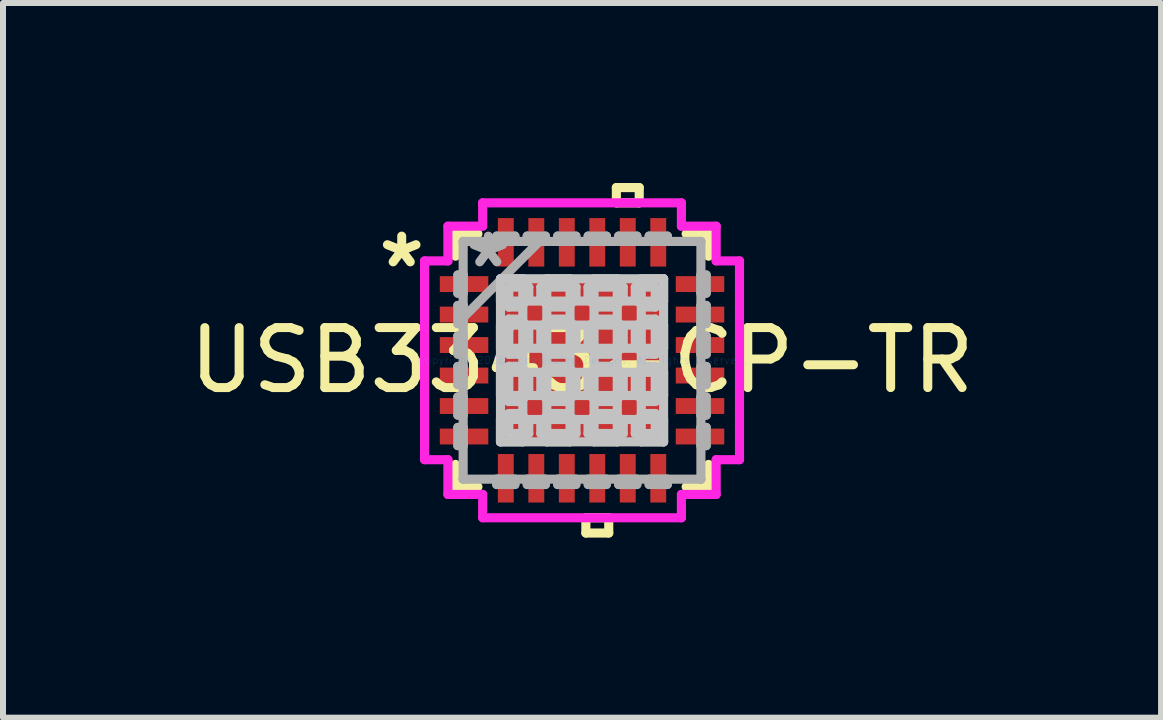
<source format=kicad_pcb>
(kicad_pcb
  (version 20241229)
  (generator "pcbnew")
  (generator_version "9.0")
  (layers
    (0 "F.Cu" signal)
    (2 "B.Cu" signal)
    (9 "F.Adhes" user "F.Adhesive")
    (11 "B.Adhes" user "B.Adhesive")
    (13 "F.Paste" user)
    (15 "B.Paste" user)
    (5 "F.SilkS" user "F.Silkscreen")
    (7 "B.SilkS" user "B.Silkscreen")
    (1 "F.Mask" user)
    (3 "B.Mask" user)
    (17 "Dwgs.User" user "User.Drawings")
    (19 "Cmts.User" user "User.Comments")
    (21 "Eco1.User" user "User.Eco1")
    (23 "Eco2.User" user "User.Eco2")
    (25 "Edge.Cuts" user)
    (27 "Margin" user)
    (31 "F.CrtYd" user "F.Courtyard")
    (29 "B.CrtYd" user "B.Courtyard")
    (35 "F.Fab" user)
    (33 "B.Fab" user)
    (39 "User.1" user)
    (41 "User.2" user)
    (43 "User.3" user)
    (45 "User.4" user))
  (footprint "USB3343-CP-TR"
    (layer "F.Cu")
    (at 6.649 2.954)
    (property "Reference" "USB3343-CP-TR" (at 0 0 0) (layer "F.SilkS") (effects (font (size 1 1) (thickness 0.15))))
    (attr through_hole)
    (fp_line (start -2.108 -2.108) (end -2.108 -1.735) (stroke (width 0.152) (type solid)) (layer "F.SilkS"))
    (fp_line (start -2.108 1.735) (end -2.108 2.108) (stroke (width 0.152) (type solid)) (layer "F.SilkS"))
    (fp_line (start -2.108 2.108) (end -1.735 2.108) (stroke (width 0.152) (type solid)) (layer "F.SilkS"))
    (fp_line (start -1.735 -2.108) (end -2.108 -2.108) (stroke (width 0.152) (type solid)) (layer "F.SilkS"))
    (fp_line (start 0.064 2.624) (end 0.064 2.878) (stroke (width 0.152) (type solid)) (layer "F.SilkS"))
    (fp_line (start 0.064 2.878) (end 0.445 2.878) (stroke (width 0.152) (type solid)) (layer "F.SilkS"))
    (fp_line (start 0.445 2.624) (end 0.064 2.624) (stroke (width 0.152) (type solid)) (layer "F.SilkS"))
    (fp_line (start 0.445 2.878) (end 0.445 2.624) (stroke (width 0.152) (type solid)) (layer "F.SilkS"))
    (fp_line (start 0.572 -2.878) (end 0.953 -2.878) (stroke (width 0.152) (type solid)) (layer "F.SilkS"))
    (fp_line (start 0.572 -2.624) (end 0.572 -2.878) (stroke (width 0.152) (type solid)) (layer "F.SilkS"))
    (fp_line (start 0.953 -2.878) (end 0.953 -2.624) (stroke (width 0.152) (type solid)) (layer "F.SilkS"))
    (fp_line (start 0.953 -2.624) (end 0.572 -2.624) (stroke (width 0.152) (type solid)) (layer "F.SilkS"))
    (fp_line (start 1.735 2.108) (end 2.108 2.108) (stroke (width 0.152) (type solid)) (layer "F.SilkS"))
    (fp_line (start 2.108 -2.108) (end 1.735 -2.108) (stroke (width 0.152) (type solid)) (layer "F.SilkS"))
    (fp_line (start 2.108 -1.735) (end 2.108 -2.108) (stroke (width 0.152) (type solid)) (layer "F.SilkS"))
    (fp_line (start 2.108 2.108) (end 2.108 1.735) (stroke (width 0.152) (type solid)) (layer "F.SilkS"))
    (fp_line (start -1.359 -1.359) (end -0.987 -1.359) (stroke (width 0.152) (type solid)) (layer "Dwgs.User"))
    (fp_line (start -1.359 -1.359) (end 1.359 -1.359) (stroke (width 0.152) (type solid)) (layer "Dwgs.User"))
    (fp_line (start -1.359 -0.987) (end -1.359 -1.359) (stroke (width 0.152) (type solid)) (layer "Dwgs.User"))
    (fp_line (start -1.359 -0.587) (end 1.359 -0.587) (stroke (width 0.152) (type solid)) (layer "Dwgs.User"))
    (fp_line (start -1.359 -0.2) (end -1.359 -0.587) (stroke (width 0.152) (type solid)) (layer "Dwgs.User"))
    (fp_line (start -1.359 0.2) (end 1.359 0.2) (stroke (width 0.152) (type solid)) (layer "Dwgs.User"))
    (fp_line (start -1.359 0.587) (end -1.359 0.2) (stroke (width 0.152) (type solid)) (layer "Dwgs.User"))
    (fp_line (start -1.359 0.987) (end 1.359 0.987) (stroke (width 0.152) (type solid)) (layer "Dwgs.User"))
    (fp_line (start -1.359 1.359) (end -1.359 -1.359) (stroke (width 0.152) (type solid)) (layer "Dwgs.User"))
    (fp_line (start -1.359 1.359) (end -1.359 0.987) (stroke (width 0.152) (type solid)) (layer "Dwgs.User"))
    (fp_line (start -1.22 -1.22) (end -1.22 -0.887) (stroke (width 0.152) (type solid)) (layer "Dwgs.User"))
    (fp_line (start -1.22 -0.887) (end -1.029 -0.887) (stroke (width 0.152) (type solid)) (layer "Dwgs.User"))
    (fp_line (start -1.22 -0.687) (end -1.22 -0.1) (stroke (width 0.152) (type solid)) (layer "Dwgs.User"))
    (fp_line (start -1.22 -0.1) (end -1.029 -0.1) (stroke (width 0.152) (type solid)) (layer "Dwgs.User"))
    (fp_line (start -1.22 0.1) (end -1.22 0.687) (stroke (width 0.152) (type solid)) (layer "Dwgs.User"))
    (fp_line (start -1.22 0.687) (end -1.029 0.687) (stroke (width 0.152) (type solid)) (layer "Dwgs.User"))
    (fp_line (start -1.22 0.887) (end -1.22 1.22) (stroke (width 0.152) (type solid)) (layer "Dwgs.User"))
    (fp_line (start -1.22 1.22) (end -0.887 1.22) (stroke (width 0.152) (type solid)) (layer "Dwgs.User"))
    (fp_line (start -1.029 -0.887) (end -1.029 -0.887) (stroke (width 0.152) (type solid)) (layer "Dwgs.User"))
    (fp_line (start -1.029 -0.887) (end -0.887 -1.029) (stroke (width 0.152) (type solid)) (layer "Dwgs.User"))
    (fp_line (start -1.029 -0.687) (end -1.22 -0.687) (stroke (width 0.152) (type solid)) (layer "Dwgs.User"))
    (fp_line (start -1.029 -0.687) (end -1.029 -0.687) (stroke (width 0.152) (type solid)) (layer "Dwgs.User"))
    (fp_line (start -1.029 -0.1) (end -1.029 -0.1) (stroke (width 0.152) (type solid)) (layer "Dwgs.User"))
    (fp_line (start -1.029 -0.1) (end -0.887 -0.241) (stroke (width 0.152) (type solid)) (layer "Dwgs.User"))
    (fp_line (start -1.029 0.1) (end -1.22 0.1) (stroke (width 0.152) (type solid)) (layer "Dwgs.User"))
    (fp_line (start -1.029 0.1) (end -1.029 0.1) (stroke (width 0.152) (type solid)) (layer "Dwgs.User"))
    (fp_line (start -1.029 0.687) (end -1.029 0.687) (stroke (width 0.152) (type solid)) (layer "Dwgs.User"))
    (fp_line (start -1.029 0.687) (end -0.887 0.546) (stroke (width 0.152) (type solid)) (layer "Dwgs.User"))
    (fp_line (start -1.029 0.887) (end -1.22 0.887) (stroke (width 0.152) (type solid)) (layer "Dwgs.User"))
    (fp_line (start -1.029 0.887) (end -1.029 0.887) (stroke (width 0.152) (type solid)) (layer "Dwgs.User"))
    (fp_line (start -0.987 -1.359) (end -0.987 1.359) (stroke (width 0.152) (type solid)) (layer "Dwgs.User"))
    (fp_line (start -0.987 1.359) (end -1.359 1.359) (stroke (width 0.152) (type solid)) (layer "Dwgs.User"))
    (fp_line (start -0.887 -1.22) (end -1.22 -1.22) (stroke (width 0.152) (type solid)) (layer "Dwgs.User"))
    (fp_line (start -0.887 -1.029) (end -0.887 -1.22) (stroke (width 0.152) (type solid)) (layer "Dwgs.User"))
    (fp_line (start -0.887 -1.029) (end -0.887 -1.029) (stroke (width 0.152) (type solid)) (layer "Dwgs.User"))
    (fp_line (start -0.887 -0.546) (end -1.029 -0.687) (stroke (width 0.152) (type solid)) (layer "Dwgs.User"))
    (fp_line (start -0.887 -0.546) (end -0.887 -0.546) (stroke (width 0.152) (type solid)) (layer "Dwgs.User"))
    (fp_line (start -0.887 -0.241) (end -0.887 -0.546) (stroke (width 0.152) (type solid)) (layer "Dwgs.User"))
    (fp_line (start -0.887 -0.241) (end -0.887 -0.241) (stroke (width 0.152) (type solid)) (layer "Dwgs.User"))
    (fp_line (start -0.887 0.241) (end -1.029 0.1) (stroke (width 0.152) (type solid)) (layer "Dwgs.User"))
    (fp_line (start -0.887 0.241) (end -0.887 0.241) (stroke (width 0.152) (type solid)) (layer "Dwgs.User"))
    (fp_line (start -0.887 0.546) (end -0.887 0.241) (stroke (width 0.152) (type solid)) (layer "Dwgs.User"))
    (fp_line (start -0.887 0.546) (end -0.887 0.546) (stroke (width 0.152) (type solid)) (layer "Dwgs.User"))
    (fp_line (start -0.887 1.029) (end -1.029 0.887) (stroke (width 0.152) (type solid)) (layer "Dwgs.User"))
    (fp_line (start -0.887 1.029) (end -0.887 1.029) (stroke (width 0.152) (type solid)) (layer "Dwgs.User"))
    (fp_line (start -0.887 1.22) (end -0.887 1.029) (stroke (width 0.152) (type solid)) (layer "Dwgs.User"))
    (fp_line (start -0.687 -1.22) (end -0.687 -1.029) (stroke (width 0.152) (type solid)) (layer "Dwgs.User"))
    (fp_line (start -0.687 -1.029) (end -0.687 -1.029) (stroke (width 0.152) (type solid)) (layer "Dwgs.User"))
    (fp_line (start -0.687 -1.029) (end -0.546 -0.887) (stroke (width 0.152) (type solid)) (layer "Dwgs.User"))
    (fp_line (start -0.687 -0.546) (end -0.687 -0.546) (stroke (width 0.152) (type solid)) (layer "Dwgs.User"))
    (fp_line (start -0.687 -0.546) (end -0.687 -0.241) (stroke (width 0.152) (type solid)) (layer "Dwgs.User"))
    (fp_line (start -0.687 -0.241) (end -0.687 -0.241) (stroke (width 0.152) (type solid)) (layer "Dwgs.User"))
    (fp_line (start -0.687 -0.241) (end -0.546 -0.1) (stroke (width 0.152) (type solid)) (layer "Dwgs.User"))
    (fp_line (start -0.687 0.241) (end -0.687 0.241) (stroke (width 0.152) (type solid)) (layer "Dwgs.User"))
    (fp_line (start -0.687 0.241) (end -0.687 0.546) (stroke (width 0.152) (type solid)) (layer "Dwgs.User"))
    (fp_line (start -0.687 0.546) (end -0.687 0.546) (stroke (width 0.152) (type solid)) (layer "Dwgs.User"))
    (fp_line (start -0.687 0.546) (end -0.546 0.687) (stroke (width 0.152) (type solid)) (layer "Dwgs.User"))
    (fp_line (start -0.687 1.029) (end -0.687 1.029) (stroke (width 0.152) (type solid)) (layer "Dwgs.User"))
    (fp_line (start -0.687 1.029) (end -0.687 1.22) (stroke (width 0.152) (type solid)) (layer "Dwgs.User"))
    (fp_line (start -0.687 1.22) (end -0.1 1.22) (stroke (width 0.152) (type solid)) (layer "Dwgs.User"))
    (fp_line (start -0.587 -1.359) (end -0.587 1.359) (stroke (width 0.152) (type solid)) (layer "Dwgs.User"))
    (fp_line (start -0.587 1.359) (end -0.2 1.359) (stroke (width 0.152) (type solid)) (layer "Dwgs.User"))
    (fp_line (start -0.546 -0.887) (end -0.546 -0.887) (stroke (width 0.152) (type solid)) (layer "Dwgs.User"))
    (fp_line (start -0.546 -0.887) (end -0.241 -0.887) (stroke (width 0.152) (type solid)) (layer "Dwgs.User"))
    (fp_line (start -0.546 -0.687) (end -0.687 -0.546) (stroke (width 0.152) (type solid)) (layer "Dwgs.User"))
    (fp_line (start -0.546 -0.687) (end -0.546 -0.687) (stroke (width 0.152) (type solid)) (layer "Dwgs.User"))
    (fp_line (start -0.546 -0.1) (end -0.546 -0.1) (stroke (width 0.152) (type solid)) (layer "Dwgs.User"))
    (fp_line (start -0.546 -0.1) (end -0.241 -0.1) (stroke (width 0.152) (type solid)) (layer "Dwgs.User"))
    (fp_line (start -0.546 0.1) (end -0.687 0.241) (stroke (width 0.152) (type solid)) (layer "Dwgs.User"))
    (fp_line (start -0.546 0.1) (end -0.546 0.1) (stroke (width 0.152) (type solid)) (layer "Dwgs.User"))
    (fp_line (start -0.546 0.687) (end -0.546 0.687) (stroke (width 0.152) (type solid)) (layer "Dwgs.User"))
    (fp_line (start -0.546 0.687) (end -0.241 0.687) (stroke (width 0.152) (type solid)) (layer "Dwgs.User"))
    (fp_line (start -0.546 0.887) (end -0.687 1.029) (stroke (width 0.152) (type solid)) (layer "Dwgs.User"))
    (fp_line (start -0.546 0.887) (end -0.546 0.887) (stroke (width 0.152) (type solid)) (layer "Dwgs.User"))
    (fp_line (start -0.241 -0.887) (end -0.241 -0.887) (stroke (width 0.152) (type solid)) (layer "Dwgs.User"))
    (fp_line (start -0.241 -0.887) (end -0.1 -1.029) (stroke (width 0.152) (type solid)) (layer "Dwgs.User"))
    (fp_line (start -0.241 -0.687) (end -0.546 -0.687) (stroke (width 0.152) (type solid)) (layer "Dwgs.User"))
    (fp_line (start -0.241 -0.687) (end -0.241 -0.687) (stroke (width 0.152) (type solid)) (layer "Dwgs.User"))
    (fp_line (start -0.241 -0.1) (end -0.241 -0.1) (stroke (width 0.152) (type solid)) (layer "Dwgs.User"))
    (fp_line (start -0.241 -0.1) (end -0.1 -0.241) (stroke (width 0.152) (type solid)) (layer "Dwgs.User"))
    (fp_line (start -0.241 0.1) (end -0.546 0.1) (stroke (width 0.152) (type solid)) (layer "Dwgs.User"))
    (fp_line (start -0.241 0.1) (end -0.241 0.1) (stroke (width 0.152) (type solid)) (layer "Dwgs.User"))
    (fp_line (start -0.241 0.687) (end -0.241 0.687) (stroke (width 0.152) (type solid)) (layer "Dwgs.User"))
    (fp_line (start -0.241 0.687) (end -0.1 0.546) (stroke (width 0.152) (type solid)) (layer "Dwgs.User"))
    (fp_line (start -0.241 0.887) (end -0.546 0.887) (stroke (width 0.152) (type solid)) (layer "Dwgs.User"))
    (fp_line (start -0.241 0.887) (end -0.241 0.887) (stroke (width 0.152) (type solid)) (layer "Dwgs.User"))
    (fp_line (start -0.2 -1.359) (end -0.587 -1.359) (stroke (width 0.152) (type solid)) (layer "Dwgs.User"))
    (fp_line (start -0.2 1.359) (end -0.2 -1.359) (stroke (width 0.152) (type solid)) (layer "Dwgs.User"))
    (fp_line (start -0.1 -1.22) (end -0.687 -1.22) (stroke (width 0.152) (type solid)) (layer "Dwgs.User"))
    (fp_line (start -0.1 -1.029) (end -0.1 -1.22) (stroke (width 0.152) (type solid)) (layer "Dwgs.User"))
    (fp_line (start -0.1 -1.029) (end -0.1 -1.029) (stroke (width 0.152) (type solid)) (layer "Dwgs.User"))
    (fp_line (start -0.1 -0.546) (end -0.241 -0.687) (stroke (width 0.152) (type solid)) (layer "Dwgs.User"))
    (fp_line (start -0.1 -0.546) (end -0.1 -0.546) (stroke (width 0.152) (type solid)) (layer "Dwgs.User"))
    (fp_line (start -0.1 -0.241) (end -0.1 -0.546) (stroke (width 0.152) (type solid)) (layer "Dwgs.User"))
    (fp_line (start -0.1 -0.241) (end -0.1 -0.241) (stroke (width 0.152) (type solid)) (layer "Dwgs.User"))
    (fp_line (start -0.1 0.241) (end -0.241 0.1) (stroke (width 0.152) (type solid)) (layer "Dwgs.User"))
    (fp_line (start -0.1 0.241) (end -0.1 0.241) (stroke (width 0.152) (type solid)) (layer "Dwgs.User"))
    (fp_line (start -0.1 0.546) (end -0.1 0.241) (stroke (width 0.152) (type solid)) (layer "Dwgs.User"))
    (fp_line (start -0.1 0.546) (end -0.1 0.546) (stroke (width 0.152) (type solid)) (layer "Dwgs.User"))
    (fp_line (start -0.1 1.029) (end -0.241 0.887) (stroke (width 0.152) (type solid)) (layer "Dwgs.User"))
    (fp_line (start -0.1 1.029) (end -0.1 1.029) (stroke (width 0.152) (type solid)) (layer "Dwgs.User"))
    (fp_line (start -0.1 1.22) (end -0.1 1.029) (stroke (width 0.152) (type solid)) (layer "Dwgs.User"))
    (fp_line (start 0.1 -1.22) (end 0.1 -1.029) (stroke (width 0.152) (type solid)) (layer "Dwgs.User"))
    (fp_line (start 0.1 -1.029) (end 0.1 -1.029) (stroke (width 0.152) (type solid)) (layer "Dwgs.User"))
    (fp_line (start 0.1 -1.029) (end 0.241 -0.887) (stroke (width 0.152) (type solid)) (layer "Dwgs.User"))
    (fp_line (start 0.1 -0.546) (end 0.1 -0.546) (stroke (width 0.152) (type solid)) (layer "Dwgs.User"))
    (fp_line (start 0.1 -0.546) (end 0.1 -0.241) (stroke (width 0.152) (type solid)) (layer "Dwgs.User"))
    (fp_line (start 0.1 -0.241) (end 0.1 -0.241) (stroke (width 0.152) (type solid)) (layer "Dwgs.User"))
    (fp_line (start 0.1 -0.241) (end 0.241 -0.1) (stroke (width 0.152) (type solid)) (layer "Dwgs.User"))
    (fp_line (start 0.1 0.241) (end 0.1 0.241) (stroke (width 0.152) (type solid)) (layer "Dwgs.User"))
    (fp_line (start 0.1 0.241) (end 0.1 0.546) (stroke (width 0.152) (type solid)) (layer "Dwgs.User"))
    (fp_line (start 0.1 0.546) (end 0.1 0.546) (stroke (width 0.152) (type solid)) (layer "Dwgs.User"))
    (fp_line (start 0.1 0.546) (end 0.241 0.687) (stroke (width 0.152) (type solid)) (layer "Dwgs.User"))
    (fp_line (start 0.1 1.029) (end 0.1 1.029) (stroke (width 0.152) (type solid)) (layer "Dwgs.User"))
    (fp_line (start 0.1 1.029) (end 0.1 1.22) (stroke (width 0.152) (type solid)) (layer "Dwgs.User"))
    (fp_line (start 0.1 1.22) (end 0.687 1.22) (stroke (width 0.152) (type solid)) (layer "Dwgs.User"))
    (fp_line (start 0.2 -1.359) (end 0.2 1.359) (stroke (width 0.152) (type solid)) (layer "Dwgs.User"))
    (fp_line (start 0.2 1.359) (end 0.587 1.359) (stroke (width 0.152) (type solid)) (layer "Dwgs.User"))
    (fp_line (start 0.241 -0.887) (end 0.241 -0.887) (stroke (width 0.152) (type solid)) (layer "Dwgs.User"))
    (fp_line (start 0.241 -0.887) (end 0.546 -0.887) (stroke (width 0.152) (type solid)) (layer "Dwgs.User"))
    (fp_line (start 0.241 -0.687) (end 0.1 -0.546) (stroke (width 0.152) (type solid)) (layer "Dwgs.User"))
    (fp_line (start 0.241 -0.687) (end 0.241 -0.687) (stroke (width 0.152) (type solid)) (layer "Dwgs.User"))
    (fp_line (start 0.241 -0.1) (end 0.241 -0.1) (stroke (width 0.152) (type solid)) (layer "Dwgs.User"))
    (fp_line (start 0.241 -0.1) (end 0.546 -0.1) (stroke (width 0.152) (type solid)) (layer "Dwgs.User"))
    (fp_line (start 0.241 0.1) (end 0.1 0.241) (stroke (width 0.152) (type solid)) (layer "Dwgs.User"))
    (fp_line (start 0.241 0.1) (end 0.241 0.1) (stroke (width 0.152) (type solid)) (layer "Dwgs.User"))
    (fp_line (start 0.241 0.687) (end 0.241 0.687) (stroke (width 0.152) (type solid)) (layer "Dwgs.User"))
    (fp_line (start 0.241 0.687) (end 0.546 0.687) (stroke (width 0.152) (type solid)) (layer "Dwgs.User"))
    (fp_line (start 0.241 0.887) (end 0.1 1.029) (stroke (width 0.152) (type solid)) (layer "Dwgs.User"))
    (fp_line (start 0.241 0.887) (end 0.241 0.887) (stroke (width 0.152) (type solid)) (layer "Dwgs.User"))
    (fp_line (start 0.546 -0.887) (end 0.546 -0.887) (stroke (width 0.152) (type solid)) (layer "Dwgs.User"))
    (fp_line (start 0.546 -0.887) (end 0.687 -1.029) (stroke (width 0.152) (type solid)) (layer "Dwgs.User"))
    (fp_line (start 0.546 -0.687) (end 0.241 -0.687) (stroke (width 0.152) (type solid)) (layer "Dwgs.User"))
    (fp_line (start 0.546 -0.687) (end 0.546 -0.687) (stroke (width 0.152) (type solid)) (layer "Dwgs.User"))
    (fp_line (start 0.546 -0.1) (end 0.546 -0.1) (stroke (width 0.152) (type solid)) (layer "Dwgs.User"))
    (fp_line (start 0.546 -0.1) (end 0.687 -0.241) (stroke (width 0.152) (type solid)) (layer "Dwgs.User"))
    (fp_line (start 0.546 0.1) (end 0.241 0.1) (stroke (width 0.152) (type solid)) (layer "Dwgs.User"))
    (fp_line (start 0.546 0.1) (end 0.546 0.1) (stroke (width 0.152) (type solid)) (layer "Dwgs.User"))
    (fp_line (start 0.546 0.687) (end 0.546 0.687) (stroke (width 0.152) (type solid)) (layer "Dwgs.User"))
    (fp_line (start 0.546 0.687) (end 0.687 0.546) (stroke (width 0.152) (type solid)) (layer "Dwgs.User"))
    (fp_line (start 0.546 0.887) (end 0.241 0.887) (stroke (width 0.152) (type solid)) (layer "Dwgs.User"))
    (fp_line (start 0.546 0.887) (end 0.546 0.887) (stroke (width 0.152) (type solid)) (layer "Dwgs.User"))
    (fp_line (start 0.587 -1.359) (end 0.2 -1.359) (stroke (width 0.152) (type solid)) (layer "Dwgs.User"))
    (fp_line (start 0.587 1.359) (end 0.587 -1.359) (stroke (width 0.152) (type solid)) (layer "Dwgs.User"))
    (fp_line (start 0.687 -1.22) (end 0.1 -1.22) (stroke (width 0.152) (type solid)) (layer "Dwgs.User"))
    (fp_line (start 0.687 -1.029) (end 0.687 -1.22) (stroke (width 0.152) (type solid)) (layer "Dwgs.User"))
    (fp_line (start 0.687 -1.029) (end 0.687 -1.029) (stroke (width 0.152) (type solid)) (layer "Dwgs.User"))
    (fp_line (start 0.687 -0.546) (end 0.546 -0.687) (stroke (width 0.152) (type solid)) (layer "Dwgs.User"))
    (fp_line (start 0.687 -0.546) (end 0.687 -0.546) (stroke (width 0.152) (type solid)) (layer "Dwgs.User"))
    (fp_line (start 0.687 -0.241) (end 0.687 -0.546) (stroke (width 0.152) (type solid)) (layer "Dwgs.User"))
    (fp_line (start 0.687 -0.241) (end 0.687 -0.241) (stroke (width 0.152) (type solid)) (layer "Dwgs.User"))
    (fp_line (start 0.687 0.241) (end 0.546 0.1) (stroke (width 0.152) (type solid)) (layer "Dwgs.User"))
    (fp_line (start 0.687 0.241) (end 0.687 0.241) (stroke (width 0.152) (type solid)) (layer "Dwgs.User"))
    (fp_line (start 0.687 0.546) (end 0.687 0.241) (stroke (width 0.152) (type solid)) (layer "Dwgs.User"))
    (fp_line (start 0.687 0.546) (end 0.687 0.546) (stroke (width 0.152) (type solid)) (layer "Dwgs.User"))
    (fp_line (start 0.687 1.029) (end 0.546 0.887) (stroke (width 0.152) (type solid)) (layer "Dwgs.User"))
    (fp_line (start 0.687 1.029) (end 0.687 1.029) (stroke (width 0.152) (type solid)) (layer "Dwgs.User"))
    (fp_line (start 0.687 1.22) (end 0.687 1.029) (stroke (width 0.152) (type solid)) (layer "Dwgs.User"))
    (fp_line (start 0.887 -1.22) (end 0.887 -1.029) (stroke (width 0.152) (type solid)) (layer "Dwgs.User"))
    (fp_line (start 0.887 -1.029) (end 0.887 -1.029) (stroke (width 0.152) (type solid)) (layer "Dwgs.User"))
    (fp_line (start 0.887 -1.029) (end 1.029 -0.887) (stroke (width 0.152) (type solid)) (layer "Dwgs.User"))
    (fp_line (start 0.887 -0.546) (end 0.887 -0.546) (stroke (width 0.152) (type solid)) (layer "Dwgs.User"))
    (fp_line (start 0.887 -0.546) (end 0.887 -0.241) (stroke (width 0.152) (type solid)) (layer "Dwgs.User"))
    (fp_line (start 0.887 -0.241) (end 0.887 -0.241) (stroke (width 0.152) (type solid)) (layer "Dwgs.User"))
    (fp_line (start 0.887 -0.241) (end 1.029 -0.1) (stroke (width 0.152) (type solid)) (layer "Dwgs.User"))
    (fp_line (start 0.887 0.241) (end 0.887 0.241) (stroke (width 0.152) (type solid)) (layer "Dwgs.User"))
    (fp_line (start 0.887 0.241) (end 0.887 0.546) (stroke (width 0.152) (type solid)) (layer "Dwgs.User"))
    (fp_line (start 0.887 0.546) (end 0.887 0.546) (stroke (width 0.152) (type solid)) (layer "Dwgs.User"))
    (fp_line (start 0.887 0.546) (end 1.029 0.687) (stroke (width 0.152) (type solid)) (layer "Dwgs.User"))
    (fp_line (start 0.887 1.029) (end 0.887 1.029) (stroke (width 0.152) (type solid)) (layer "Dwgs.User"))
    (fp_line (start 0.887 1.029) (end 0.887 1.22) (stroke (width 0.152) (type solid)) (layer "Dwgs.User"))
    (fp_line (start 0.887 1.22) (end 1.22 1.22) (stroke (width 0.152) (type solid)) (layer "Dwgs.User"))
    (fp_line (start 0.987 -1.359) (end 1.359 -1.359) (stroke (width 0.152) (type solid)) (layer "Dwgs.User"))
    (fp_line (start 0.987 1.359) (end 0.987 -1.359) (stroke (width 0.152) (type solid)) (layer "Dwgs.User"))
    (fp_line (start 1.029 -0.887) (end 1.029 -0.887) (stroke (width 0.152) (type solid)) (layer "Dwgs.User"))
    (fp_line (start 1.029 -0.887) (end 1.22 -0.887) (stroke (width 0.152) (type solid)) (layer "Dwgs.User"))
    (fp_line (start 1.029 -0.687) (end 0.887 -0.546) (stroke (width 0.152) (type solid)) (layer "Dwgs.User"))
    (fp_line (start 1.029 -0.687) (end 1.029 -0.687) (stroke (width 0.152) (type solid)) (layer "Dwgs.User"))
    (fp_line (start 1.029 -0.1) (end 1.029 -0.1) (stroke (width 0.152) (type solid)) (layer "Dwgs.User"))
    (fp_line (start 1.029 -0.1) (end 1.22 -0.1) (stroke (width 0.152) (type solid)) (layer "Dwgs.User"))
    (fp_line (start 1.029 0.1) (end 0.887 0.241) (stroke (width 0.152) (type solid)) (layer "Dwgs.User"))
    (fp_line (start 1.029 0.1) (end 1.029 0.1) (stroke (width 0.152) (type solid)) (layer "Dwgs.User"))
    (fp_line (start 1.029 0.687) (end 1.029 0.687) (stroke (width 0.152) (type solid)) (layer "Dwgs.User"))
    (fp_line (start 1.029 0.687) (end 1.22 0.687) (stroke (width 0.152) (type solid)) (layer "Dwgs.User"))
    (fp_line (start 1.029 0.887) (end 0.887 1.029) (stroke (width 0.152) (type solid)) (layer "Dwgs.User"))
    (fp_line (start 1.029 0.887) (end 1.029 0.887) (stroke (width 0.152) (type solid)) (layer "Dwgs.User"))
    (fp_line (start 1.22 -1.22) (end 0.887 -1.22) (stroke (width 0.152) (type solid)) (layer "Dwgs.User"))
    (fp_line (start 1.22 -0.887) (end 1.22 -1.22) (stroke (width 0.152) (type solid)) (layer "Dwgs.User"))
    (fp_line (start 1.22 -0.687) (end 1.029 -0.687) (stroke (width 0.152) (type solid)) (layer "Dwgs.User"))
    (fp_line (start 1.22 -0.1) (end 1.22 -0.687) (stroke (width 0.152) (type solid)) (layer "Dwgs.User"))
    (fp_line (start 1.22 0.1) (end 1.029 0.1) (stroke (width 0.152) (type solid)) (layer "Dwgs.User"))
    (fp_line (start 1.22 0.687) (end 1.22 0.1) (stroke (width 0.152) (type solid)) (layer "Dwgs.User"))
    (fp_line (start 1.22 0.887) (end 1.029 0.887) (stroke (width 0.152) (type solid)) (layer "Dwgs.User"))
    (fp_line (start 1.22 1.22) (end 1.22 0.887) (stroke (width 0.152) (type solid)) (layer "Dwgs.User"))
    (fp_line (start 1.359 -1.359) (end 1.359 -0.987) (stroke (width 0.152) (type solid)) (layer "Dwgs.User"))
    (fp_line (start 1.359 -1.359) (end 1.359 1.359) (stroke (width 0.152) (type solid)) (layer "Dwgs.User"))
    (fp_line (start 1.359 -0.987) (end -1.359 -0.987) (stroke (width 0.152) (type solid)) (layer "Dwgs.User"))
    (fp_line (start 1.359 -0.587) (end 1.359 -0.2) (stroke (width 0.152) (type solid)) (layer "Dwgs.User"))
    (fp_line (start 1.359 -0.2) (end -1.359 -0.2) (stroke (width 0.152) (type solid)) (layer "Dwgs.User"))
    (fp_line (start 1.359 0.2) (end 1.359 0.587) (stroke (width 0.152) (type solid)) (layer "Dwgs.User"))
    (fp_line (start 1.359 0.587) (end -1.359 0.587) (stroke (width 0.152) (type solid)) (layer "Dwgs.User"))
    (fp_line (start 1.359 0.987) (end 1.359 1.359) (stroke (width 0.152) (type solid)) (layer "Dwgs.User"))
    (fp_line (start 1.359 1.359) (end -1.359 1.359) (stroke (width 0.152) (type solid)) (layer "Dwgs.User"))
    (fp_line (start 1.359 1.359) (end 0.987 1.359) (stroke (width 0.152) (type solid)) (layer "Dwgs.User"))
    (fp_circle (center -0.787 -0.787) (end -0.47 -0.787) (stroke (width 0.152) (type solid)) (fill no) (layer "Eco1.User"))
    (fp_circle (center -0.787 0) (end -0.47 0) (stroke (width 0.152) (type solid)) (fill no) (layer "Eco1.User"))
    (fp_circle (center -0.787 0.787) (end -0.47 0.787) (stroke (width 0.152) (type solid)) (fill no) (layer "Eco1.User"))
    (fp_circle (center 0 -0.787) (end 0.318 -0.787) (stroke (width 0.152) (type solid)) (fill no) (layer "Eco1.User"))
    (fp_circle (center 0 0) (end 0.318 0) (stroke (width 0.152) (type solid)) (fill no) (layer "Eco1.User"))
    (fp_circle (center 0 0.787) (end 0.318 0.787) (stroke (width 0.152) (type solid)) (fill no) (layer "Eco1.User"))
    (fp_circle (center 0.787 -0.787) (end 1.105 -0.787) (stroke (width 0.152) (type solid)) (fill no) (layer "Eco1.User"))
    (fp_circle (center 0.787 0) (end 1.105 0) (stroke (width 0.152) (type solid)) (fill no) (layer "Eco1.User"))
    (fp_circle (center 0.787 0.787) (end 1.105 0.787) (stroke (width 0.152) (type solid)) (fill no) (layer "Eco1.User"))
    (fp_line (start -2.624 -1.656) (end -2.235 -1.656) (stroke (width 0.152) (type solid)) (layer "F.CrtYd"))
    (fp_line (start -2.624 1.656) (end -2.624 -1.656) (stroke (width 0.152) (type solid)) (layer "F.CrtYd"))
    (fp_line (start -2.235 -2.235) (end -1.656 -2.235) (stroke (width 0.152) (type solid)) (layer "F.CrtYd"))
    (fp_line (start -2.235 -1.656) (end -2.235 -2.235) (stroke (width 0.152) (type solid)) (layer "F.CrtYd"))
    (fp_line (start -2.235 1.656) (end -2.624 1.656) (stroke (width 0.152) (type solid)) (layer "F.CrtYd"))
    (fp_line (start -2.235 2.235) (end -2.235 1.656) (stroke (width 0.152) (type solid)) (layer "F.CrtYd"))
    (fp_line (start -1.656 -2.624) (end 1.656 -2.624) (stroke (width 0.152) (type solid)) (layer "F.CrtYd"))
    (fp_line (start -1.656 -2.235) (end -1.656 -2.624) (stroke (width 0.152) (type solid)) (layer "F.CrtYd"))
    (fp_line (start -1.656 2.235) (end -2.235 2.235) (stroke (width 0.152) (type solid)) (layer "F.CrtYd"))
    (fp_line (start -1.656 2.624) (end -1.656 2.235) (stroke (width 0.152) (type solid)) (layer "F.CrtYd"))
    (fp_line (start 1.656 -2.624) (end 1.656 -2.235) (stroke (width 0.152) (type solid)) (layer "F.CrtYd"))
    (fp_line (start 1.656 -2.235) (end 2.235 -2.235) (stroke (width 0.152) (type solid)) (layer "F.CrtYd"))
    (fp_line (start 1.656 2.235) (end 1.656 2.624) (stroke (width 0.152) (type solid)) (layer "F.CrtYd"))
    (fp_line (start 1.656 2.624) (end -1.656 2.624) (stroke (width 0.152) (type solid)) (layer "F.CrtYd"))
    (fp_line (start 2.235 -2.235) (end 2.235 -1.656) (stroke (width 0.152) (type solid)) (layer "F.CrtYd"))
    (fp_line (start 2.235 -1.656) (end 2.624 -1.656) (stroke (width 0.152) (type solid)) (layer "F.CrtYd"))
    (fp_line (start 2.235 1.656) (end 2.235 2.235) (stroke (width 0.152) (type solid)) (layer "F.CrtYd"))
    (fp_line (start 2.235 2.235) (end 1.656 2.235) (stroke (width 0.152) (type solid)) (layer "F.CrtYd"))
    (fp_line (start 2.624 -1.656) (end 2.624 1.656) (stroke (width 0.152) (type solid)) (layer "F.CrtYd"))
    (fp_line (start 2.624 1.656) (end 2.235 1.656) (stroke (width 0.152) (type solid)) (layer "F.CrtYd"))
    (fp_line (start -2.07 -1.422) (end -2.07 -1.118) (stroke (width 0.152) (type solid)) (layer "F.Fab"))
    (fp_line (start -2.07 -1.118) (end -1.981 -1.118) (stroke (width 0.152) (type solid)) (layer "F.Fab"))
    (fp_line (start -2.07 -0.914) (end -2.07 -0.61) (stroke (width 0.152) (type solid)) (layer "F.Fab"))
    (fp_line (start -2.07 -0.61) (end -1.981 -0.61) (stroke (width 0.152) (type solid)) (layer "F.Fab"))
    (fp_line (start -2.07 -0.406) (end -2.07 -0.102) (stroke (width 0.152) (type solid)) (layer "F.Fab"))
    (fp_line (start -2.07 -0.102) (end -1.981 -0.102) (stroke (width 0.152) (type solid)) (layer "F.Fab"))
    (fp_line (start -2.07 0.102) (end -2.07 0.406) (stroke (width 0.152) (type solid)) (layer "F.Fab"))
    (fp_line (start -2.07 0.406) (end -1.981 0.406) (stroke (width 0.152) (type solid)) (layer "F.Fab"))
    (fp_line (start -2.07 0.61) (end -2.07 0.914) (stroke (width 0.152) (type solid)) (layer "F.Fab"))
    (fp_line (start -2.07 0.914) (end -1.981 0.914) (stroke (width 0.152) (type solid)) (layer "F.Fab"))
    (fp_line (start -2.07 1.118) (end -2.07 1.422) (stroke (width 0.152) (type solid)) (layer "F.Fab"))
    (fp_line (start -2.07 1.422) (end -1.981 1.422) (stroke (width 0.152) (type solid)) (layer "F.Fab"))
    (fp_line (start -1.981 -1.981) (end -1.981 -1.981) (stroke (width 0.152) (type solid)) (layer "F.Fab"))
    (fp_line (start -1.981 -1.981) (end -1.981 1.981) (stroke (width 0.152) (type solid)) (layer "F.Fab"))
    (fp_line (start -1.981 -1.422) (end -2.07 -1.422) (stroke (width 0.152) (type solid)) (layer "F.Fab"))
    (fp_line (start -1.981 -1.118) (end -1.981 -1.422) (stroke (width 0.152) (type solid)) (layer "F.Fab"))
    (fp_line (start -1.981 -0.914) (end -2.07 -0.914) (stroke (width 0.152) (type solid)) (layer "F.Fab"))
    (fp_line (start -1.981 -0.711) (end -0.711 -1.981) (stroke (width 0.152) (type solid)) (layer "F.Fab"))
    (fp_line (start -1.981 -0.61) (end -1.981 -0.914) (stroke (width 0.152) (type solid)) (layer "F.Fab"))
    (fp_line (start -1.981 -0.406) (end -2.07 -0.406) (stroke (width 0.152) (type solid)) (layer "F.Fab"))
    (fp_line (start -1.981 -0.102) (end -1.981 -0.406) (stroke (width 0.152) (type solid)) (layer "F.Fab"))
    (fp_line (start -1.981 0.102) (end -2.07 0.102) (stroke (width 0.152) (type solid)) (layer "F.Fab"))
    (fp_line (start -1.981 0.406) (end -1.981 0.102) (stroke (width 0.152) (type solid)) (layer "F.Fab"))
    (fp_line (start -1.981 0.61) (end -2.07 0.61) (stroke (width 0.152) (type solid)) (layer "F.Fab"))
    (fp_line (start -1.981 0.914) (end -1.981 0.61) (stroke (width 0.152) (type solid)) (layer "F.Fab"))
    (fp_line (start -1.981 1.118) (end -2.07 1.118) (stroke (width 0.152) (type solid)) (layer "F.Fab"))
    (fp_line (start -1.981 1.422) (end -1.981 1.118) (stroke (width 0.152) (type solid)) (layer "F.Fab"))
    (fp_line (start -1.981 1.981) (end -1.981 1.981) (stroke (width 0.152) (type solid)) (layer "F.Fab"))
    (fp_line (start -1.981 1.981) (end 1.981 1.981) (stroke (width 0.152) (type solid)) (layer "F.Fab"))
    (fp_line (start -1.422 -2.07) (end -1.422 -1.981) (stroke (width 0.152) (type solid)) (layer "F.Fab"))
    (fp_line (start -1.422 -1.981) (end -1.118 -1.981) (stroke (width 0.152) (type solid)) (layer "F.Fab"))
    (fp_line (start -1.422 1.981) (end -1.422 2.07) (stroke (width 0.152) (type solid)) (layer "F.Fab"))
    (fp_line (start -1.422 2.07) (end -1.118 2.07) (stroke (width 0.152) (type solid)) (layer "F.Fab"))
    (fp_line (start -1.118 -2.07) (end -1.422 -2.07) (stroke (width 0.152) (type solid)) (layer "F.Fab"))
    (fp_line (start -1.118 -1.981) (end -1.118 -2.07) (stroke (width 0.152) (type solid)) (layer "F.Fab"))
    (fp_line (start -1.118 1.981) (end -1.422 1.981) (stroke (width 0.152) (type solid)) (layer "F.Fab"))
    (fp_line (start -1.118 2.07) (end -1.118 1.981) (stroke (width 0.152) (type solid)) (layer "F.Fab"))
    (fp_line (start -0.914 -2.07) (end -0.914 -1.981) (stroke (width 0.152) (type solid)) (layer "F.Fab"))
    (fp_line (start -0.914 -1.981) (end -0.61 -1.981) (stroke (width 0.152) (type solid)) (layer "F.Fab"))
    (fp_line (start -0.914 1.981) (end -0.914 2.07) (stroke (width 0.152) (type solid)) (layer "F.Fab"))
    (fp_line (start -0.914 2.07) (end -0.61 2.07) (stroke (width 0.152) (type solid)) (layer "F.Fab"))
    (fp_line (start -0.61 -2.07) (end -0.914 -2.07) (stroke (width 0.152) (type solid)) (layer "F.Fab"))
    (fp_line (start -0.61 -1.981) (end -0.61 -2.07) (stroke (width 0.152) (type solid)) (layer "F.Fab"))
    (fp_line (start -0.61 1.981) (end -0.914 1.981) (stroke (width 0.152) (type solid)) (layer "F.Fab"))
    (fp_line (start -0.61 2.07) (end -0.61 1.981) (stroke (width 0.152) (type solid)) (layer "F.Fab"))
    (fp_line (start -0.406 -2.07) (end -0.406 -1.981) (stroke (width 0.152) (type solid)) (layer "F.Fab"))
    (fp_line (start -0.406 -1.981) (end -0.102 -1.981) (stroke (width 0.152) (type solid)) (layer "F.Fab"))
    (fp_line (start -0.406 1.981) (end -0.406 2.07) (stroke (width 0.152) (type solid)) (layer "F.Fab"))
    (fp_line (start -0.406 2.07) (end -0.102 2.07) (stroke (width 0.152) (type solid)) (layer "F.Fab"))
    (fp_line (start -0.102 -2.07) (end -0.406 -2.07) (stroke (width 0.152) (type solid)) (layer "F.Fab"))
    (fp_line (start -0.102 -1.981) (end -0.102 -2.07) (stroke (width 0.152) (type solid)) (layer "F.Fab"))
    (fp_line (start -0.102 1.981) (end -0.406 1.981) (stroke (width 0.152) (type solid)) (layer "F.Fab"))
    (fp_line (start -0.102 2.07) (end -0.102 1.981) (stroke (width 0.152) (type solid)) (layer "F.Fab"))
    (fp_line (start 0.102 -2.07) (end 0.102 -1.981) (stroke (width 0.152) (type solid)) (layer "F.Fab"))
    (fp_line (start 0.102 -1.981) (end 0.406 -1.981) (stroke (width 0.152) (type solid)) (layer "F.Fab"))
    (fp_line (start 0.102 1.981) (end 0.102 2.07) (stroke (width 0.152) (type solid)) (layer "F.Fab"))
    (fp_line (start 0.102 2.07) (end 0.406 2.07) (stroke (width 0.152) (type solid)) (layer "F.Fab"))
    (fp_line (start 0.406 -2.07) (end 0.102 -2.07) (stroke (width 0.152) (type solid)) (layer "F.Fab"))
    (fp_line (start 0.406 -1.981) (end 0.406 -2.07) (stroke (width 0.152) (type solid)) (layer "F.Fab"))
    (fp_line (start 0.406 1.981) (end 0.102 1.981) (stroke (width 0.152) (type solid)) (layer "F.Fab"))
    (fp_line (start 0.406 2.07) (end 0.406 1.981) (stroke (width 0.152) (type solid)) (layer "F.Fab"))
    (fp_line (start 0.61 -2.07) (end 0.61 -1.981) (stroke (width 0.152) (type solid)) (layer "F.Fab"))
    (fp_line (start 0.61 -1.981) (end 0.914 -1.981) (stroke (width 0.152) (type solid)) (layer "F.Fab"))
    (fp_line (start 0.61 1.981) (end 0.61 2.07) (stroke (width 0.152) (type solid)) (layer "F.Fab"))
    (fp_line (start 0.61 2.07) (end 0.914 2.07) (stroke (width 0.152) (type solid)) (layer "F.Fab"))
    (fp_line (start 0.914 -2.07) (end 0.61 -2.07) (stroke (width 0.152) (type solid)) (layer "F.Fab"))
    (fp_line (start 0.914 -1.981) (end 0.914 -2.07) (stroke (width 0.152) (type solid)) (layer "F.Fab"))
    (fp_line (start 0.914 1.981) (end 0.61 1.981) (stroke (width 0.152) (type solid)) (layer "F.Fab"))
    (fp_line (start 0.914 2.07) (end 0.914 1.981) (stroke (width 0.152) (type solid)) (layer "F.Fab"))
    (fp_line (start 1.118 -2.07) (end 1.118 -1.981) (stroke (width 0.152) (type solid)) (layer "F.Fab"))
    (fp_line (start 1.118 -1.981) (end 1.422 -1.981) (stroke (width 0.152) (type solid)) (layer "F.Fab"))
    (fp_line (start 1.118 1.981) (end 1.118 2.07) (stroke (width 0.152) (type solid)) (layer "F.Fab"))
    (fp_line (start 1.118 2.07) (end 1.422 2.07) (stroke (width 0.152) (type solid)) (layer "F.Fab"))
    (fp_line (start 1.422 -2.07) (end 1.118 -2.07) (stroke (width 0.152) (type solid)) (layer "F.Fab"))
    (fp_line (start 1.422 -1.981) (end 1.422 -2.07) (stroke (width 0.152) (type solid)) (layer "F.Fab"))
    (fp_line (start 1.422 1.981) (end 1.118 1.981) (stroke (width 0.152) (type solid)) (layer "F.Fab"))
    (fp_line (start 1.422 2.07) (end 1.422 1.981) (stroke (width 0.152) (type solid)) (layer "F.Fab"))
    (fp_line (start 1.981 -1.981) (end -1.981 -1.981) (stroke (width 0.152) (type solid)) (layer "F.Fab"))
    (fp_line (start 1.981 -1.981) (end 1.981 -1.981) (stroke (width 0.152) (type solid)) (layer "F.Fab"))
    (fp_line (start 1.981 -1.422) (end 1.981 -1.118) (stroke (width 0.152) (type solid)) (layer "F.Fab"))
    (fp_line (start 1.981 -1.118) (end 2.07 -1.118) (stroke (width 0.152) (type solid)) (layer "F.Fab"))
    (fp_line (start 1.981 -0.914) (end 1.981 -0.61) (stroke (width 0.152) (type solid)) (layer "F.Fab"))
    (fp_line (start 1.981 -0.61) (end 2.07 -0.61) (stroke (width 0.152) (type solid)) (layer "F.Fab"))
    (fp_line (start 1.981 -0.406) (end 1.981 -0.102) (stroke (width 0.152) (type solid)) (layer "F.Fab"))
    (fp_line (start 1.981 -0.102) (end 2.07 -0.102) (stroke (width 0.152) (type solid)) (layer "F.Fab"))
    (fp_line (start 1.981 0.102) (end 1.981 0.406) (stroke (width 0.152) (type solid)) (layer "F.Fab"))
    (fp_line (start 1.981 0.406) (end 2.07 0.406) (stroke (width 0.152) (type solid)) (layer "F.Fab"))
    (fp_line (start 1.981 0.61) (end 1.981 0.914) (stroke (width 0.152) (type solid)) (layer "F.Fab"))
    (fp_line (start 1.981 0.914) (end 2.07 0.914) (stroke (width 0.152) (type solid)) (layer "F.Fab"))
    (fp_line (start 1.981 1.118) (end 1.981 1.422) (stroke (width 0.152) (type solid)) (layer "F.Fab"))
    (fp_line (start 1.981 1.422) (end 2.07 1.422) (stroke (width 0.152) (type solid)) (layer "F.Fab"))
    (fp_line (start 1.981 1.981) (end 1.981 -1.981) (stroke (width 0.152) (type solid)) (layer "F.Fab"))
    (fp_line (start 1.981 1.981) (end 1.981 1.981) (stroke (width 0.152) (type solid)) (layer "F.Fab"))
    (fp_line (start 2.07 -1.422) (end 1.981 -1.422) (stroke (width 0.152) (type solid)) (layer "F.Fab"))
    (fp_line (start 2.07 -1.118) (end 2.07 -1.422) (stroke (width 0.152) (type solid)) (layer "F.Fab"))
    (fp_line (start 2.07 -0.914) (end 1.981 -0.914) (stroke (width 0.152) (type solid)) (layer "F.Fab"))
    (fp_line (start 2.07 -0.61) (end 2.07 -0.914) (stroke (width 0.152) (type solid)) (layer "F.Fab"))
    (fp_line (start 2.07 -0.406) (end 1.981 -0.406) (stroke (width 0.152) (type solid)) (layer "F.Fab"))
    (fp_line (start 2.07 -0.102) (end 2.07 -0.406) (stroke (width 0.152) (type solid)) (layer "F.Fab"))
    (fp_line (start 2.07 0.102) (end 1.981 0.102) (stroke (width 0.152) (type solid)) (layer "F.Fab"))
    (fp_line (start 2.07 0.406) (end 2.07 0.102) (stroke (width 0.152) (type solid)) (layer "F.Fab"))
    (fp_line (start 2.07 0.61) (end 1.981 0.61) (stroke (width 0.152) (type solid)) (layer "F.Fab"))
    (fp_line (start 2.07 0.914) (end 2.07 0.61) (stroke (width 0.152) (type solid)) (layer "F.Fab"))
    (fp_line (start 2.07 1.118) (end 1.981 1.118) (stroke (width 0.152) (type solid)) (layer "F.Fab"))
    (fp_line (start 2.07 1.422) (end 2.07 1.118) (stroke (width 0.152) (type solid)) (layer "F.Fab"))
    (fp_text user "*" (at -3.005 -1.524 0) (layer "F.SilkS") (effects (font (size 1 1) (thickness 0.15))))
    (fp_text user "Copyright 2016 Accelerated Designs. All rights reserved." (at 0 0 0) (layer "Cmts.User") (effects (font (size 0.127 0.127) (thickness 0.002))))
    (fp_text user "*" (at -1.562 -1.524 0) (layer "F.Fab") (effects (font (size 1 1) (thickness 0.15))))
    (pad "1" smd rect (at -1.966 -1.27 90) (size 0.265 0.808) (layers "F.Cu" "F.Mask" "F.Paste"))
    (pad "2" smd rect (at -1.966 -0.762 90) (size 0.265 0.808) (layers "F.Cu" "F.Mask" "F.Paste"))
    (pad "3" smd rect (at -1.966 -0.254 90) (size 0.265 0.808) (layers "F.Cu" "F.Mask" "F.Paste"))
    (pad "4" smd rect (at -1.966 0.254 90) (size 0.265 0.808) (layers "F.Cu" "F.Mask" "F.Paste"))
    (pad "5" smd rect (at -1.966 0.762 90) (size 0.265 0.808) (layers "F.Cu" "F.Mask" "F.Paste"))
    (pad "6" smd rect (at -1.966 1.27 90) (size 0.265 0.808) (layers "F.Cu" "F.Mask" "F.Paste"))
    (pad "7" smd rect (at -1.27 1.966) (size 0.265 0.808) (layers "F.Cu" "F.Mask" "F.Paste"))
    (pad "8" smd rect (at -0.762 1.966) (size 0.265 0.808) (layers "F.Cu" "F.Mask" "F.Paste"))
    (pad "9" smd rect (at -0.254 1.966) (size 0.265 0.808) (layers "F.Cu" "F.Mask" "F.Paste"))
    (pad "10" smd rect (at 0.254 1.966) (size 0.265 0.808) (layers "F.Cu" "F.Mask" "F.Paste"))
    (pad "11" smd rect (at 0.762 1.966) (size 0.265 0.808) (layers "F.Cu" "F.Mask" "F.Paste"))
    (pad "12" smd rect (at 1.27 1.966) (size 0.265 0.808) (layers "F.Cu" "F.Mask" "F.Paste"))
    (pad "13" smd rect (at 1.966 1.27 90) (size 0.265 0.808) (layers "F.Cu" "F.Mask" "F.Paste"))
    (pad "14" smd rect (at 1.966 0.762 90) (size 0.265 0.808) (layers "F.Cu" "F.Mask" "F.Paste"))
    (pad "15" smd rect (at 1.966 0.254 90) (size 0.265 0.808) (layers "F.Cu" "F.Mask" "F.Paste"))
    (pad "16" smd rect (at 1.966 -0.254 90) (size 0.265 0.808) (layers "F.Cu" "F.Mask" "F.Paste"))
    (pad "17" smd rect (at 1.966 -0.762 90) (size 0.265 0.808) (layers "F.Cu" "F.Mask" "F.Paste"))
    (pad "18" smd rect (at 1.966 -1.27 90) (size 0.265 0.808) (layers "F.Cu" "F.Mask" "F.Paste"))
    (pad "19" smd rect (at 1.27 -1.966) (size 0.265 0.808) (layers "F.Cu" "F.Mask" "F.Paste"))
    (pad "20" smd rect (at 0.762 -1.966) (size 0.265 0.808) (layers "F.Cu" "F.Mask" "F.Paste"))
    (pad "21" smd rect (at 0.254 -1.966) (size 0.265 0.808) (layers "F.Cu" "F.Mask" "F.Paste"))
    (pad "22" smd rect (at -0.254 -1.966) (size 0.265 0.808) (layers "F.Cu" "F.Mask" "F.Paste"))
    (pad "23" smd rect (at -0.762 -1.966) (size 0.265 0.808) (layers "F.Cu" "F.Mask" "F.Paste"))
    (pad "24" smd rect (at -1.27 -1.966) (size 0.265 0.808) (layers "F.Cu" "F.Mask" "F.Paste"))
    (pad "25" smd rect (at 0 0) (size 2.591 2.591) (layers "F.Cu" "F.Mask" "F.Paste")))
  (gr_rect
    (start -3 -3)
    (end 16.298 8.909)
    (stroke (width 0.1) (type default))
    (fill no)
    (layer "Edge.Cuts")))
</source>
